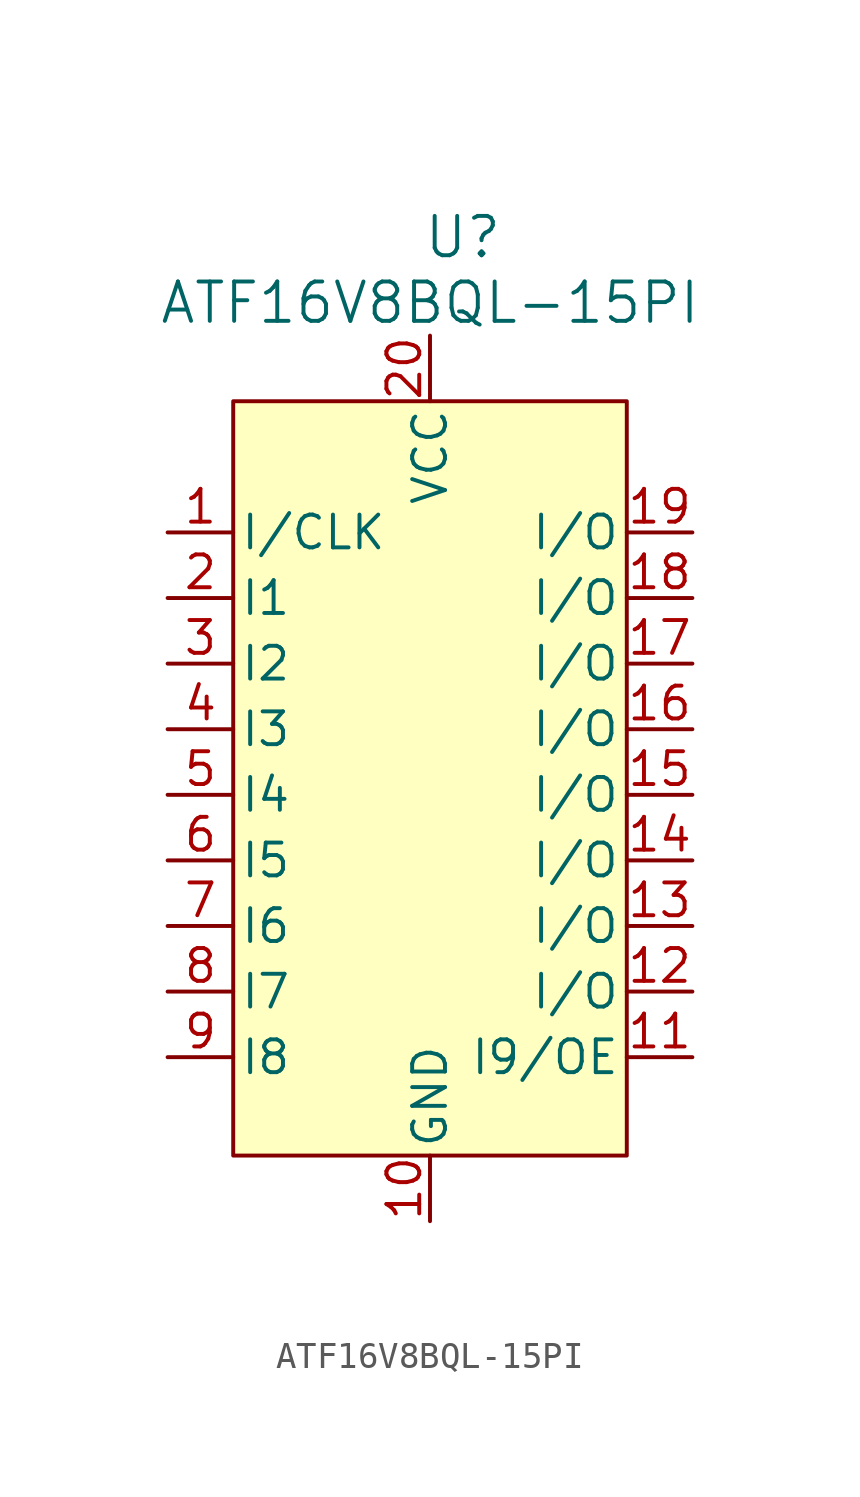
<source format=kicad_sym>
(kicad_symbol_lib
  (version 20220914)
  (generator kicad_symbol_editor)
  (symbol "ATF16V8BQL-15PI"
    (pin_names
      (offset 0.254))
    (property "Reference" "U"
      (at 22.86 8.89 0)
      (effects (font (size 1.524 1.524))))
    (property "Value" "ATF16V8BQL-15PI"
      (at 21.59 6.35 0)
      (effects (font (size 1.524 1.524))))
    (property "ki_locked" ""
      (at 0 0 0)
      (effects (font (size 1.27 1.27))))
    (symbol "ATF16V8BQL-15PI_1_1"
      (rectangle (start 13.97 2.54) (end 29.21 -26.67) (stroke (width 0) (type default)) (fill (type background)))
      (pin input line (at 11.43 -2.54 0) (length 2.54) (name "I/CLK" (effects (font (size 1.27 1.27)))) (number "1" (effects (font (size 1.27 1.27)))))
      (pin power_in line (at 21.59 -29.21 90) (length 2.54) (name "GND" (effects (font (size 1.27 1.27)))) (number "10" (effects (font (size 1.27 1.27)))))
      (pin input line (at 31.75 -22.86 180) (length 2.54) (name "I9/OE" (effects (font (size 1.27 1.27)))) (number "11" (effects (font (size 1.27 1.27)))))
      (pin bidirectional line (at 31.75 -20.32 180) (length 2.54) (name "I/O" (effects (font (size 1.27 1.27)))) (number "12" (effects (font (size 1.27 1.27)))))
      (pin bidirectional line (at 31.75 -17.78 180) (length 2.54) (name "I/O" (effects (font (size 1.27 1.27)))) (number "13" (effects (font (size 1.27 1.27)))))
      (pin bidirectional line (at 31.75 -15.24 180) (length 2.54) (name "I/O" (effects (font (size 1.27 1.27)))) (number "14" (effects (font (size 1.27 1.27)))))
      (pin bidirectional line (at 31.75 -12.7 180) (length 2.54) (name "I/O" (effects (font (size 1.27 1.27)))) (number "15" (effects (font (size 1.27 1.27)))))
      (pin bidirectional line (at 31.75 -10.16 180) (length 2.54) (name "I/O" (effects (font (size 1.27 1.27)))) (number "16" (effects (font (size 1.27 1.27)))))
      (pin bidirectional line (at 31.75 -7.62 180) (length 2.54) (name "I/O" (effects (font (size 1.27 1.27)))) (number "17" (effects (font (size 1.27 1.27)))))
      (pin bidirectional line (at 31.75 -5.08 180) (length 2.54) (name "I/O" (effects (font (size 1.27 1.27)))) (number "18" (effects (font (size 1.27 1.27)))))
      (pin bidirectional line (at 31.75 -2.54 180) (length 2.54) (name "I/O" (effects (font (size 1.27 1.27)))) (number "19" (effects (font (size 1.27 1.27)))))
      (pin input line (at 11.43 -5.08 0) (length 2.54) (name "I1" (effects (font (size 1.27 1.27)))) (number "2" (effects (font (size 1.27 1.27)))))
      (pin power_in line (at 21.59 5.08 270) (length 2.54) (name "VCC" (effects (font (size 1.27 1.27)))) (number "20" (effects (font (size 1.27 1.27)))))
      (pin input line (at 11.43 -7.62 0) (length 2.54) (name "I2" (effects (font (size 1.27 1.27)))) (number "3" (effects (font (size 1.27 1.27)))))
      (pin input line (at 11.43 -10.16 0) (length 2.54) (name "I3" (effects (font (size 1.27 1.27)))) (number "4" (effects (font (size 1.27 1.27)))))
      (pin input line (at 11.43 -12.7 0) (length 2.54) (name "I4" (effects (font (size 1.27 1.27)))) (number "5" (effects (font (size 1.27 1.27)))))
      (pin input line (at 11.43 -15.24 0) (length 2.54) (name "I5" (effects (font (size 1.27 1.27)))) (number "6" (effects (font (size 1.27 1.27)))))
      (pin input line (at 11.43 -17.78 0) (length 2.54) (name "I6" (effects (font (size 1.27 1.27)))) (number "7" (effects (font (size 1.27 1.27)))))
      (pin input line (at 11.43 -20.32 0) (length 2.54) (name "I7" (effects (font (size 1.27 1.27)))) (number "8" (effects (font (size 1.27 1.27)))))
      (pin input line (at 11.43 -22.86 0) (length 2.54) (name "I8" (effects (font (size 1.27 1.27)))) (number "9" (effects (font (size 1.27 1.27))))))))
</source>
